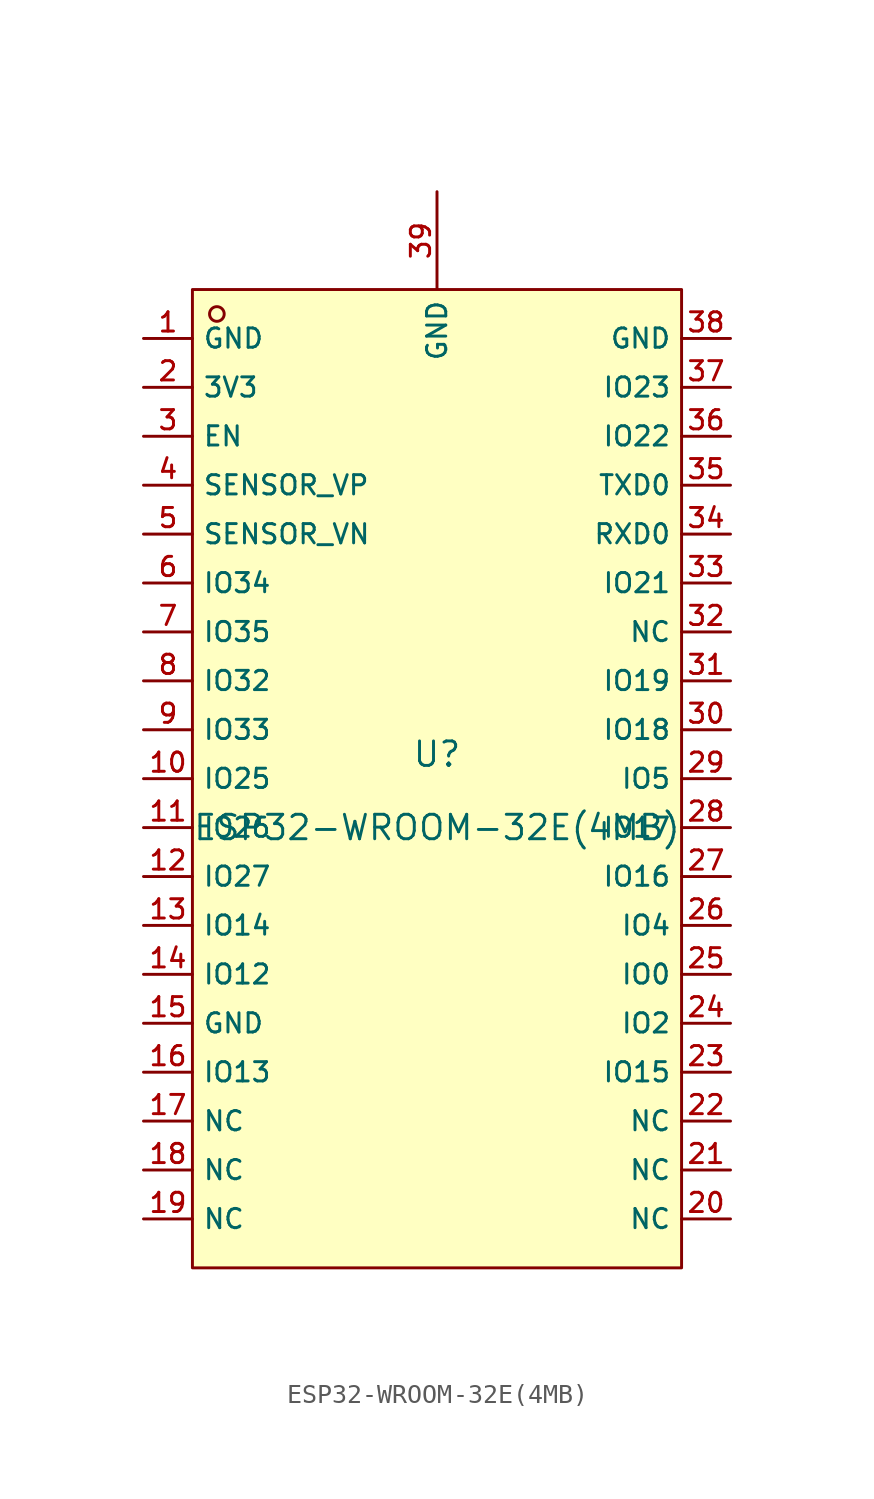
<source format=kicad_sym>
(kicad_symbol_lib
  (version 20210201)
  (generator TousstNicolas/JLC2KiCad_lib)
  (symbol "ESP32-WROOM-32E(4MB)"
    (property "Reference" "U"
      (at 0 1.27 0)
      (effects (font (size 1.27 1.27))))
    (property "Value" "ESP32-WROOM-32E(4MB)"
      (at 0 -2.54 0)
      (effects (font (size 1.27 1.27))))
    (symbol "ESP32-WROOM-32E(4MB)_0_1"
      (rectangle (start -12.7 25.4) (end 12.7 -25.4) (stroke (width 0) (type default) (color 0 0 0 0)) (fill (type background)))
      (circle (center -11.43 24.13) (radius 0.381) (stroke (width 0) (type default) (color 0 0 0 0)) (fill (type background)))
      (pin unspecified line (at -15.24 22.86 0) (length 2.54) (name "GND" (effects (font (size 1 1)))) (number "1" (effects (font (size 1 1)))))
      (pin unspecified line (at -15.24 20.32 0) (length 2.54) (name "3V3" (effects (font (size 1 1)))) (number "2" (effects (font (size 1 1)))))
      (pin unspecified line (at -15.24 17.78 0) (length 2.54) (name "EN" (effects (font (size 1 1)))) (number "3" (effects (font (size 1 1)))))
      (pin unspecified line (at -15.24 15.24 0) (length 2.54) (name "SENSOR_VP" (effects (font (size 1 1)))) (number "4" (effects (font (size 1 1)))))
      (pin unspecified line (at -15.24 12.7 0) (length 2.54) (name "SENSOR_VN" (effects (font (size 1 1)))) (number "5" (effects (font (size 1 1)))))
      (pin unspecified line (at -15.24 10.16 0) (length 2.54) (name "IO34" (effects (font (size 1 1)))) (number "6" (effects (font (size 1 1)))))
      (pin unspecified line (at -15.24 7.62 0) (length 2.54) (name "IO35" (effects (font (size 1 1)))) (number "7" (effects (font (size 1 1)))))
      (pin unspecified line (at -15.24 5.08 0) (length 2.54) (name "IO32" (effects (font (size 1 1)))) (number "8" (effects (font (size 1 1)))))
      (pin unspecified line (at -15.24 2.54 0) (length 2.54) (name "IO33" (effects (font (size 1 1)))) (number "9" (effects (font (size 1 1)))))
      (pin unspecified line (at -15.24 -0.0 0) (length 2.54) (name "IO25" (effects (font (size 1 1)))) (number "10" (effects (font (size 1 1)))))
      (pin unspecified line (at -15.24 -2.54 0) (length 2.54) (name "IO26" (effects (font (size 1 1)))) (number "11" (effects (font (size 1 1)))))
      (pin unspecified line (at -15.24 -5.08 0) (length 2.54) (name "IO27" (effects (font (size 1 1)))) (number "12" (effects (font (size 1 1)))))
      (pin unspecified line (at -15.24 -7.62 0) (length 2.54) (name "IO14" (effects (font (size 1 1)))) (number "13" (effects (font (size 1 1)))))
      (pin unspecified line (at -15.24 -10.16 0) (length 2.54) (name "IO12" (effects (font (size 1 1)))) (number "14" (effects (font (size 1 1)))))
      (pin unspecified line (at -15.24 -12.7 0) (length 2.54) (name "GND" (effects (font (size 1 1)))) (number "15" (effects (font (size 1 1)))))
      (pin unspecified line (at -15.24 -15.24 0) (length 2.54) (name "IO13" (effects (font (size 1 1)))) (number "16" (effects (font (size 1 1)))))
      (pin unspecified line (at -15.24 -17.78 0) (length 2.54) (name "NC" (effects (font (size 1 1)))) (number "17" (effects (font (size 1 1)))))
      (pin unspecified line (at -15.24 -20.32 0) (length 2.54) (name "NC" (effects (font (size 1 1)))) (number "18" (effects (font (size 1 1)))))
      (pin unspecified line (at -15.24 -22.86 0) (length 2.54) (name "NC" (effects (font (size 1 1)))) (number "19" (effects (font (size 1 1)))))
      (pin unspecified line (at 15.24 -22.86 180) (length 2.54) (name "NC" (effects (font (size 1 1)))) (number "20" (effects (font (size 1 1)))))
      (pin unspecified line (at 15.24 -20.32 180) (length 2.54) (name "NC" (effects (font (size 1 1)))) (number "21" (effects (font (size 1 1)))))
      (pin unspecified line (at 15.24 -17.78 180) (length 2.54) (name "NC" (effects (font (size 1 1)))) (number "22" (effects (font (size 1 1)))))
      (pin unspecified line (at 15.24 -15.24 180) (length 2.54) (name "IO15" (effects (font (size 1 1)))) (number "23" (effects (font (size 1 1)))))
      (pin unspecified line (at 15.24 -12.7 180) (length 2.54) (name "IO2" (effects (font (size 1 1)))) (number "24" (effects (font (size 1 1)))))
      (pin unspecified line (at 15.24 -10.16 180) (length 2.54) (name "IO0" (effects (font (size 1 1)))) (number "25" (effects (font (size 1 1)))))
      (pin unspecified line (at 15.24 -7.62 180) (length 2.54) (name "IO4" (effects (font (size 1 1)))) (number "26" (effects (font (size 1 1)))))
      (pin unspecified line (at 15.24 -5.08 180) (length 2.54) (name "IO16" (effects (font (size 1 1)))) (number "27" (effects (font (size 1 1)))))
      (pin unspecified line (at 15.24 -2.54 180) (length 2.54) (name "IO17" (effects (font (size 1 1)))) (number "28" (effects (font (size 1 1)))))
      (pin unspecified line (at 15.24 -0.0 180) (length 2.54) (name "IO5" (effects (font (size 1 1)))) (number "29" (effects (font (size 1 1)))))
      (pin unspecified line (at 15.24 2.54 180) (length 2.54) (name "IO18" (effects (font (size 1 1)))) (number "30" (effects (font (size 1 1)))))
      (pin unspecified line (at 15.24 5.08 180) (length 2.54) (name "IO19" (effects (font (size 1 1)))) (number "31" (effects (font (size 1 1)))))
      (pin unspecified line (at 15.24 7.62 180) (length 2.54) (name "NC" (effects (font (size 1 1)))) (number "32" (effects (font (size 1 1)))))
      (pin unspecified line (at 15.24 10.16 180) (length 2.54) (name "IO21" (effects (font (size 1 1)))) (number "33" (effects (font (size 1 1)))))
      (pin unspecified line (at 15.24 12.7 180) (length 2.54) (name "RXD0" (effects (font (size 1 1)))) (number "34" (effects (font (size 1 1)))))
      (pin unspecified line (at 15.24 15.24 180) (length 2.54) (name "TXD0" (effects (font (size 1 1)))) (number "35" (effects (font (size 1 1)))))
      (pin unspecified line (at 15.24 17.78 180) (length 2.54) (name "IO22" (effects (font (size 1 1)))) (number "36" (effects (font (size 1 1)))))
      (pin unspecified line (at 15.24 20.32 180) (length 2.54) (name "IO23" (effects (font (size 1 1)))) (number "37" (effects (font (size 1 1)))))
      (pin unspecified line (at 15.24 22.86 180) (length 2.54) (name "GND" (effects (font (size 1 1)))) (number "38" (effects (font (size 1 1)))))
      (pin unspecified line (at 0.0 30.48 270) (length 5.08) (name "GND" (effects (font (size 1 1)))) (number "39" (effects (font (size 1 1))))))))
</source>
